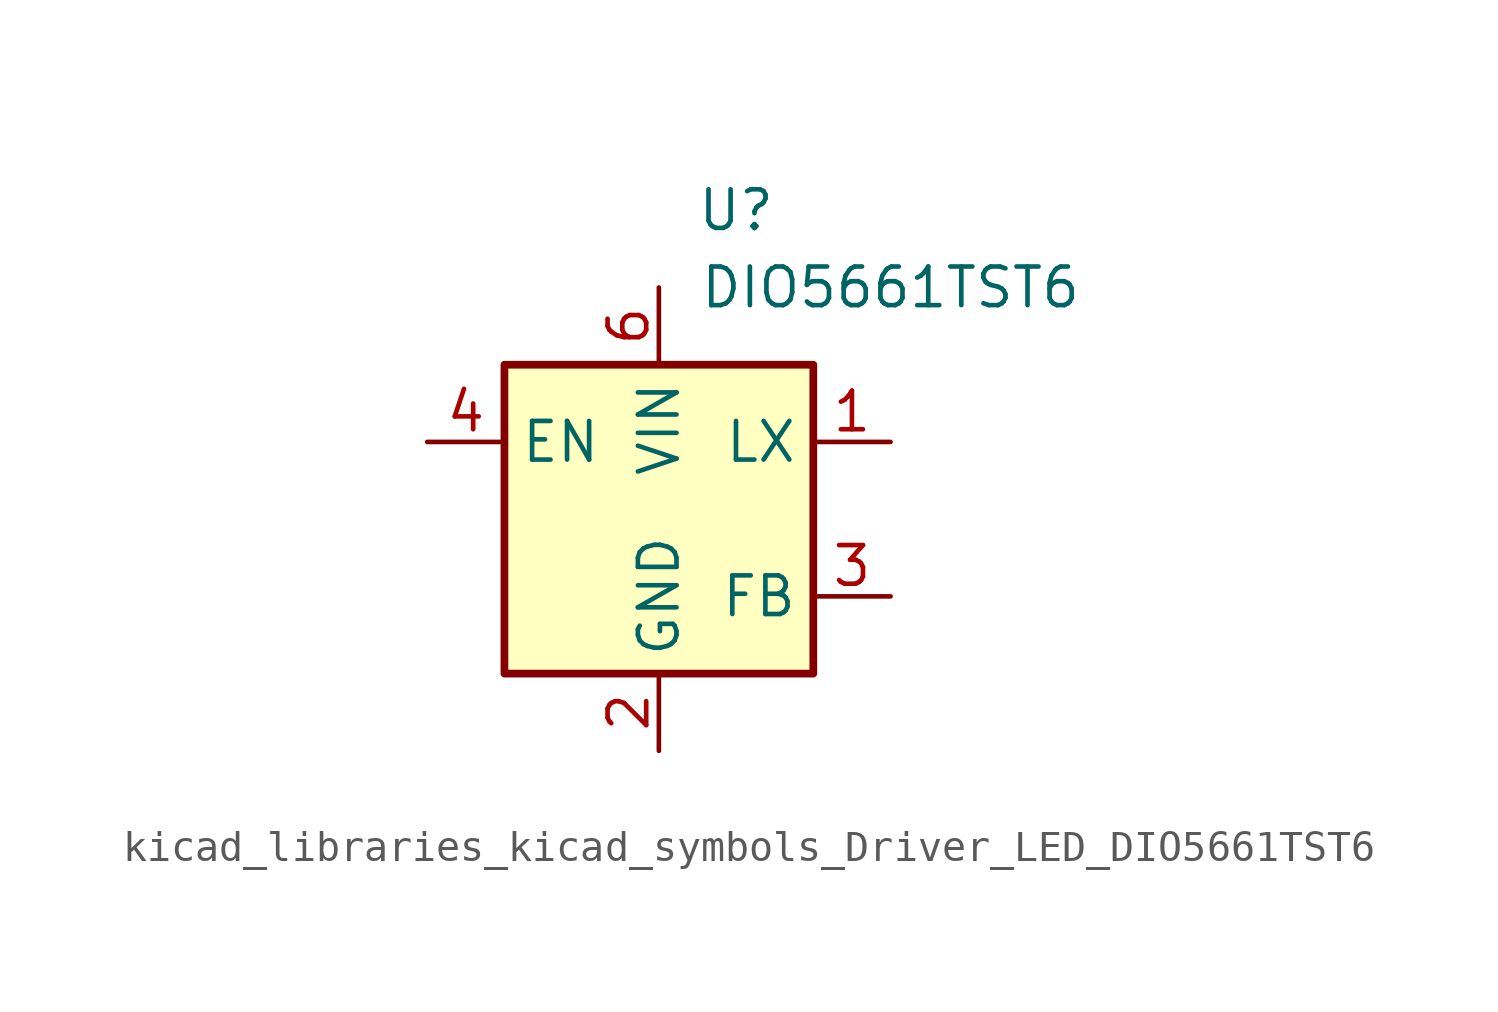
<source format=kicad_sym>
(kicad_symbol_lib
  (version 20220914)
  (generator kicad_symbol_editor)
  (symbol "kicad_libraries_kicad_symbols_Driver_LED_DIO5661TST6"
    (property "Reference" "U"
      (at 2.54 10.16 0)
      (effects (font (size 1.27 1.27))))
    (property "Value" "DIO5661TST6"
      (at 7.62 7.62 0)
      (effects (font (size 1.27 1.27))))
    (symbol "kicad_libraries_kicad_symbols_Driver_LED_DIO5661TST6_0_1"
      (rectangle (start 5.08 -5.08) (end -5.08 5.08) (stroke (width 0.254) (type default)) (fill (type background))))
    (symbol "kicad_libraries_kicad_symbols_Driver_LED_DIO5661TST6_1_1"
      (pin open_collector line (at 7.62 2.54 180) (length 2.54) (name "LX" (effects (font (size 1.27 1.27)))) (number "1" (effects (font (size 1.27 1.27)))))
      (pin power_in line (at 0 -7.62 90) (length 2.54) (name "GND" (effects (font (size 1.27 1.27)))) (number "2" (effects (font (size 1.27 1.27)))))
      (pin input line (at 7.62 -2.54 180) (length 2.54) (name "FB" (effects (font (size 1.27 1.27)))) (number "3" (effects (font (size 1.27 1.27)))))
      (pin input line (at -7.62 2.54 0) (length 2.54) (name "EN" (effects (font (size 1.27 1.27)))) (number "4" (effects (font (size 1.27 1.27)))))
      (pin no_connect line (at -5.08 -2.54 0) (length 2.54) hide (name "~" (effects (font (size 1.27 1.27)))) (number "5" (effects (font (size 1.27 1.27)))))
      (pin power_in line (at 0 7.62 270) (length 2.54) (name "VIN" (effects (font (size 1.27 1.27)))) (number "6" (effects (font (size 1.27 1.27))))))))
</source>
